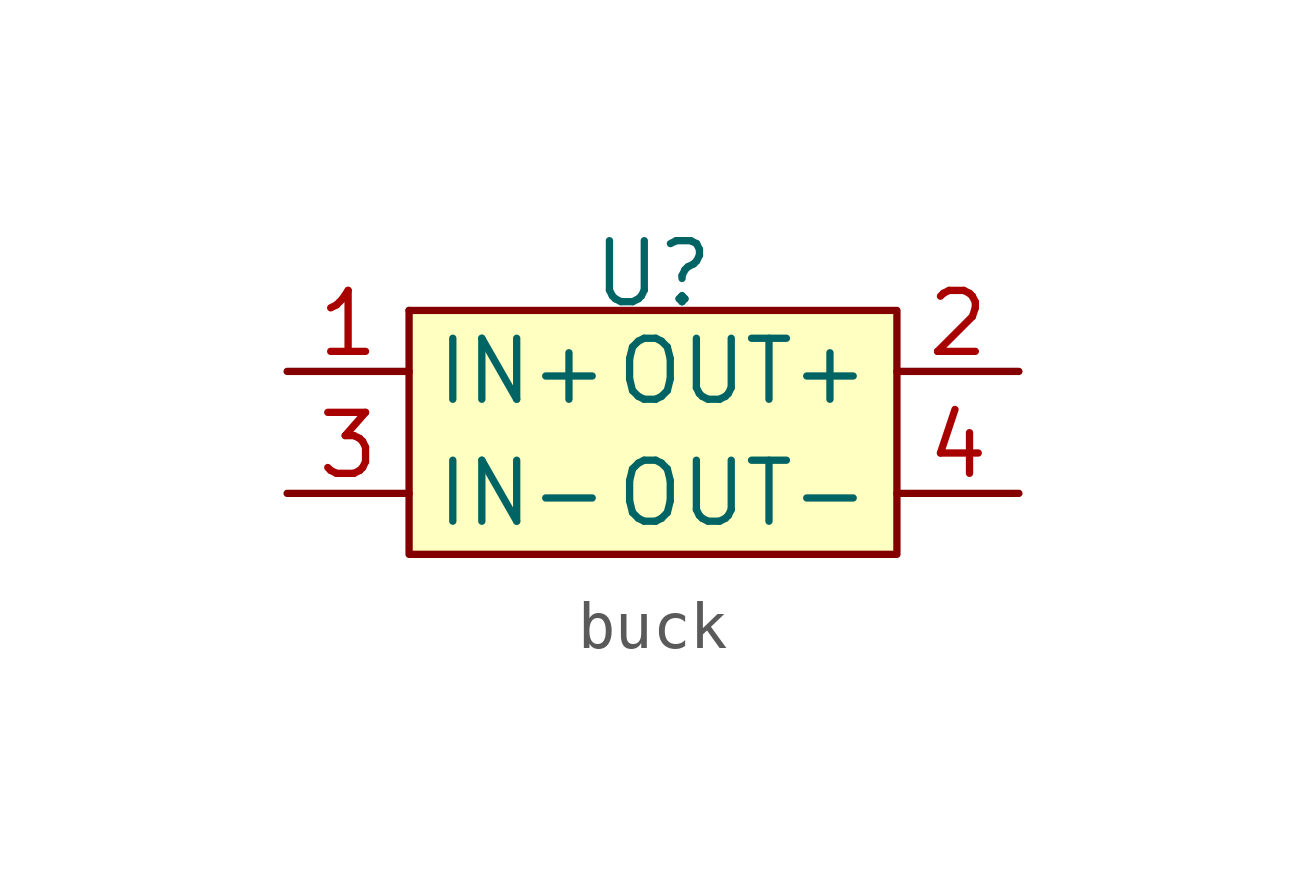
<source format=kicad_sym>
(kicad_symbol_lib
  (version 20231120)
  (generator "kicad_symbol_editor")
  (generator_version "8.0")
  (symbol "buck"
    (property "Reference" "U"
      (at 2.54 2.032 0)
      (effects (font (size 1.27 1.27))))
    (property "Value" ""
      (at 0 0 0)
      (effects (font (size 1.27 1.27))))
    (symbol "buck_0_1"
      (rectangle (start -2.54 1.27) (end -2.54 1.27) (stroke (width 0) (type default)) (fill (type none))))
    (symbol "buck_1_1"
      (rectangle (start -2.54 1.27) (end 7.62 -3.81) (stroke (width 0) (type default)) (fill (type background)))
      (pin bidirectional line (at -5.08 0 0) (length 2.54) (name "IN+" (effects (font (size 1.27 1.27)))) (number "1" (effects (font (size 1.27 1.27)))))
      (pin bidirectional line (at 10.16 0 180) (length 2.54) (name "OUT+" (effects (font (size 1.27 1.27)))) (number "2" (effects (font (size 1.27 1.27)))))
      (pin bidirectional line (at -5.08 -2.54 0) (length 2.54) (name "IN-" (effects (font (size 1.27 1.27)))) (number "3" (effects (font (size 1.27 1.27)))))
      (pin bidirectional line (at 10.16 -2.54 180) (length 2.54) (name "OUT-" (effects (font (size 1.27 1.27)))) (number "4" (effects (font (size 1.27 1.27))))))))
</source>
